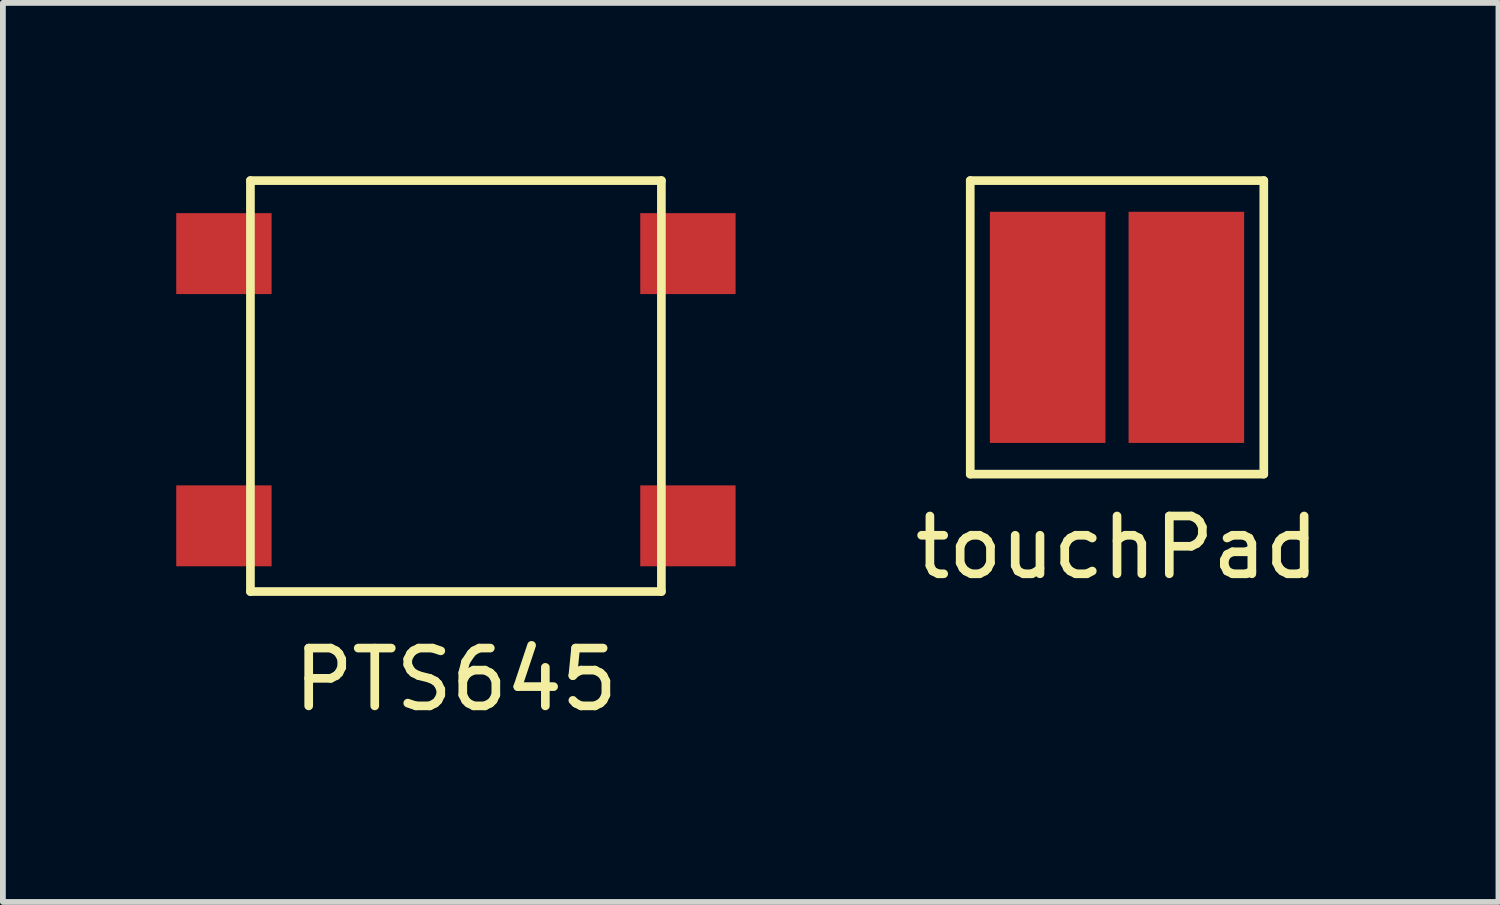
<source format=kicad_pcb>
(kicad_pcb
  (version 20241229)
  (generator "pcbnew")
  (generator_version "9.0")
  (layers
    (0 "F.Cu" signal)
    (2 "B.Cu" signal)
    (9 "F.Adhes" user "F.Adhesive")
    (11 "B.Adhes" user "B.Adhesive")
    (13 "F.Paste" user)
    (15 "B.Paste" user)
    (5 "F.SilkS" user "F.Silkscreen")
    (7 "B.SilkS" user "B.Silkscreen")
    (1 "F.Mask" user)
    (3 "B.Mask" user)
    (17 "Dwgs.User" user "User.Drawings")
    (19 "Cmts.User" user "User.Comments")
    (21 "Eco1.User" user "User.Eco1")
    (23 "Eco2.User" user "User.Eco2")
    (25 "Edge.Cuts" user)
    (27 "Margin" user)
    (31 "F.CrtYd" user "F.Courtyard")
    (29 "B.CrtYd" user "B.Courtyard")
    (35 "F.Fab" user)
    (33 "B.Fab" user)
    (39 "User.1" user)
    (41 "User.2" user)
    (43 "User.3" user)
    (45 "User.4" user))
  (footprint "touchPad"
    (layer "F.Cu")
    (at 16.281 2.615)
    (property "Reference" "touchPad" (at 0 3.81 0) (layer "F.SilkS") (effects (font (size 1 1) (thickness 0.15))))
    (attr through_hole)
    (fp_line (start -2.54 -2.54) (end -2.54 2.54) (stroke (width 0.15) (type solid)) (layer "F.SilkS"))
    (fp_line (start -2.54 2.54) (end 2.54 2.54) (stroke (width 0.15) (type solid)) (layer "F.SilkS"))
    (fp_line (start 2.54 -2.54) (end -2.54 -2.54) (stroke (width 0.15) (type solid)) (layer "F.SilkS"))
    (fp_line (start 2.54 2.54) (end 2.54 -2.54) (stroke (width 0.15) (type solid)) (layer "F.SilkS"))
    (pad "1" smd rect (at -1.2 0) (size 2 4) (layers "F.Cu" "F.Mask" "F.Paste"))
    (pad "2" smd rect (at 1.2 0) (size 2 4) (layers "F.Cu" "F.Mask" "F.Paste")))
  (footprint "PTS645"
    (layer "F.Cu")
    (at 4.84 3.631)
    (property "Reference" "PTS645" (at 0 5.08 0) (layer "F.SilkS") (effects (font (size 1 1) (thickness 0.15))))
    (attr through_hole)
    (fp_line (start -3.556 -3.556) (end 3.556 -3.556) (stroke (width 0.15) (type solid)) (layer "F.SilkS"))
    (fp_line (start -3.556 3.556) (end -3.556 -3.556) (stroke (width 0.15) (type solid)) (layer "F.SilkS"))
    (fp_line (start 3.556 -3.556) (end 3.556 3.556) (stroke (width 0.15) (type solid)) (layer "F.SilkS"))
    (fp_line (start 3.556 3.556) (end -3.556 3.556) (stroke (width 0.15) (type solid)) (layer "F.SilkS"))
    (pad "1" smd rect (at -4.015 -2.292) (size 1.65 1.4) (layers "F.Cu" "F.Mask" "F.Paste"))
    (pad "1" smd rect (at 4.015 -2.292) (size 1.65 1.4) (layers "F.Cu" "F.Mask" "F.Paste"))
    (pad "2" smd rect (at -4.015 2.419) (size 1.65 1.4) (layers "F.Cu" "F.Mask" "F.Paste"))
    (pad "2" smd rect (at 4.015 2.419) (size 1.65 1.4) (layers "F.Cu" "F.Mask" "F.Paste")))
  (gr_rect
    (start -3 -3)
    (end 22.882 12.559)
    (stroke (width 0.1) (type default))
    (fill no)
    (layer "Edge.Cuts")))
</source>
